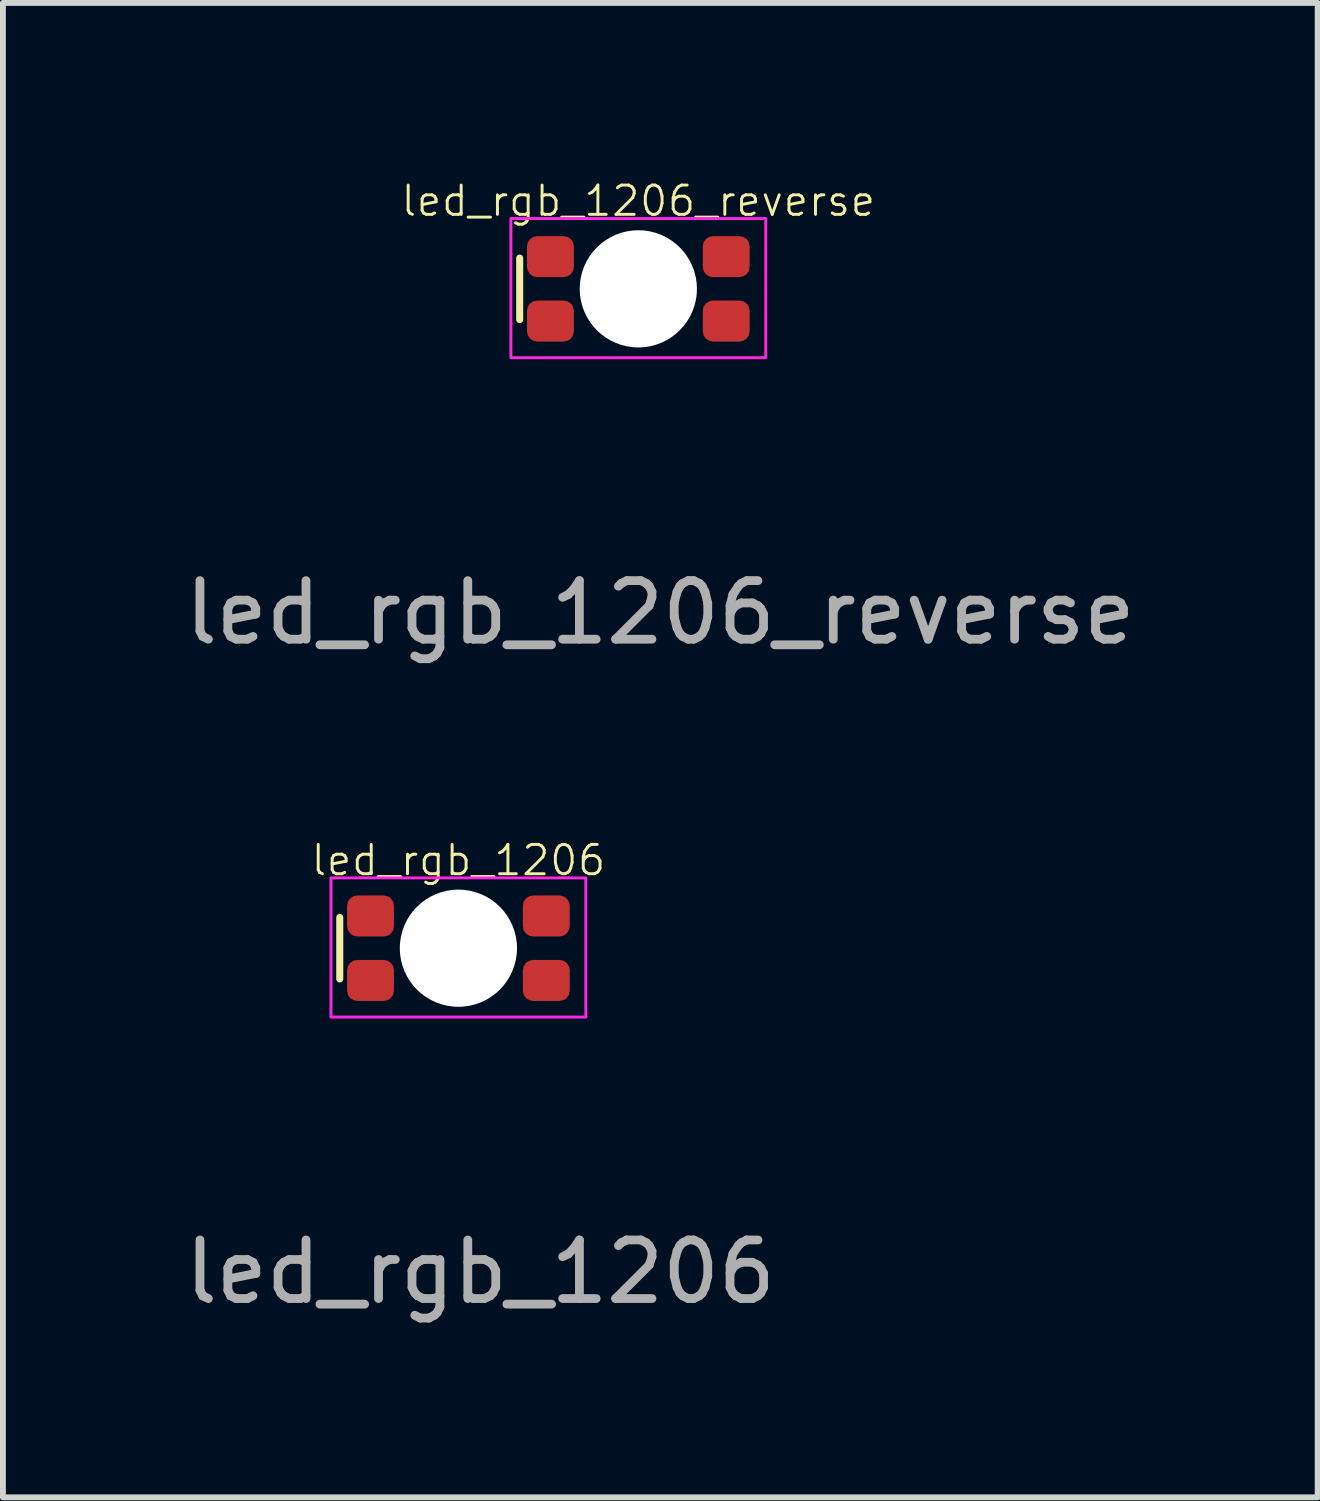
<source format=kicad_pcb>
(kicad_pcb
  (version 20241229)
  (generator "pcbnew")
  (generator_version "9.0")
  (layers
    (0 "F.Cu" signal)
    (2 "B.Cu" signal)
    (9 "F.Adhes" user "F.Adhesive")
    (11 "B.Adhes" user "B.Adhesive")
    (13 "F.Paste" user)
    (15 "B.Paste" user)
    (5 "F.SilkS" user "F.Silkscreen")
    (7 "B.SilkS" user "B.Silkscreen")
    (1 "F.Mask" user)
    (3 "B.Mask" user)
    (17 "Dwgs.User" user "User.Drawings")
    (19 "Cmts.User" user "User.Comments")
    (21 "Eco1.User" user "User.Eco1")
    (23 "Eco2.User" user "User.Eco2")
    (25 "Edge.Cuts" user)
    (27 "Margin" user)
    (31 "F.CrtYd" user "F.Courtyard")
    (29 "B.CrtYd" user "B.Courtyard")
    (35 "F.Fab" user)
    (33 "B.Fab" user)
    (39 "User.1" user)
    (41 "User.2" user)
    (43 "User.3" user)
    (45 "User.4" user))
  (footprint "led_rgb_1206_reverse"
    (layer "F.Cu")
    (at 7.845 1.88)
    (property "Reference" "led_rgb_1206_reverse" (at 0 -1.5 0) (unlocked yes) (layer "F.SilkS") (effects (font (size 0.5 0.5) (thickness 0.05))))
    (attr smd)
    (fp_line (start -2.025 -0.525) (end -2.025 0.525) (stroke (width 0.12) (type default)) (layer "F.SilkS"))
    (fp_rect (start -2.175 -1.2) (end 2.175 1.175) (stroke (width 0.05) (type default)) (fill no) (layer "F.CrtYd"))
    (fp_text user "${REFERENCE}" (at 0.375 5.525 0) (unlocked yes) (layer "F.Fab") (effects (font (size 1 1) (thickness 0.15))))
    (pad "" np_thru_hole circle (at 0 0) (size 2 2) (drill 2.2) (layers "*.Cu" "*.Mask"))
    (pad "1" smd roundrect (at -1.5 -0.55) (size 0.8 0.7) (layers "F.Cu" "F.Mask" "F.Paste") (roundrect_rratio 0.25))
    (pad "2" smd roundrect (at 1.5 -0.55) (size 0.8 0.7) (layers "F.Cu" "F.Mask" "F.Paste") (roundrect_rratio 0.25))
    (pad "3" smd roundrect (at -1.5 0.55) (size 0.8 0.7) (layers "F.Cu" "F.Mask" "F.Paste") (roundrect_rratio 0.25))
    (pad "4" smd roundrect (at 1.5 0.55) (size 0.8 0.7) (layers "F.Cu" "F.Mask" "F.Paste") (roundrect_rratio 0.25)))
  (footprint "led_rgb_1206"
    (layer "F.Cu")
    (at 4.774 13.134)
    (property "Reference" "led_rgb_1206" (at 0 -1.5 0) (unlocked yes) (layer "F.SilkS") (effects (font (size 0.5 0.5) (thickness 0.05))))
    (attr smd)
    (fp_line (start -2.025 -0.525) (end -2.025 0.525) (stroke (width 0.12) (type default)) (layer "F.SilkS"))
    (fp_rect (start -2.175 -1.2) (end 2.175 1.175) (stroke (width 0.05) (type default)) (fill no) (layer "F.CrtYd"))
    (fp_text user "${REFERENCE}" (at 0.375 5.525 0) (unlocked yes) (layer "F.Fab") (effects (font (size 1 1) (thickness 0.15))))
    (pad "" np_thru_hole circle (at 0 0) (size 2 2) (drill 2.2) (layers "*.Cu" "*.Mask"))
    (pad "1" smd roundrect (at -1.5 -0.55) (size 0.8 0.7) (layers "F.Cu" "F.Mask" "F.Paste") (roundrect_rratio 0.25))
    (pad "2" smd roundrect (at 1.5 -0.55) (size 0.8 0.7) (layers "F.Cu" "F.Mask" "F.Paste") (roundrect_rratio 0.25))
    (pad "3" smd roundrect (at -1.5 0.55) (size 0.8 0.7) (layers "F.Cu" "F.Mask" "F.Paste") (roundrect_rratio 0.25))
    (pad "4" smd roundrect (at 1.5 0.55) (size 0.8 0.7) (layers "F.Cu" "F.Mask" "F.Paste") (roundrect_rratio 0.25)))
  (gr_rect
    (start -3 -3)
    (end 19.44 22.507)
    (stroke (width 0.1) (type default))
    (fill no)
    (layer "Edge.Cuts")))
</source>
